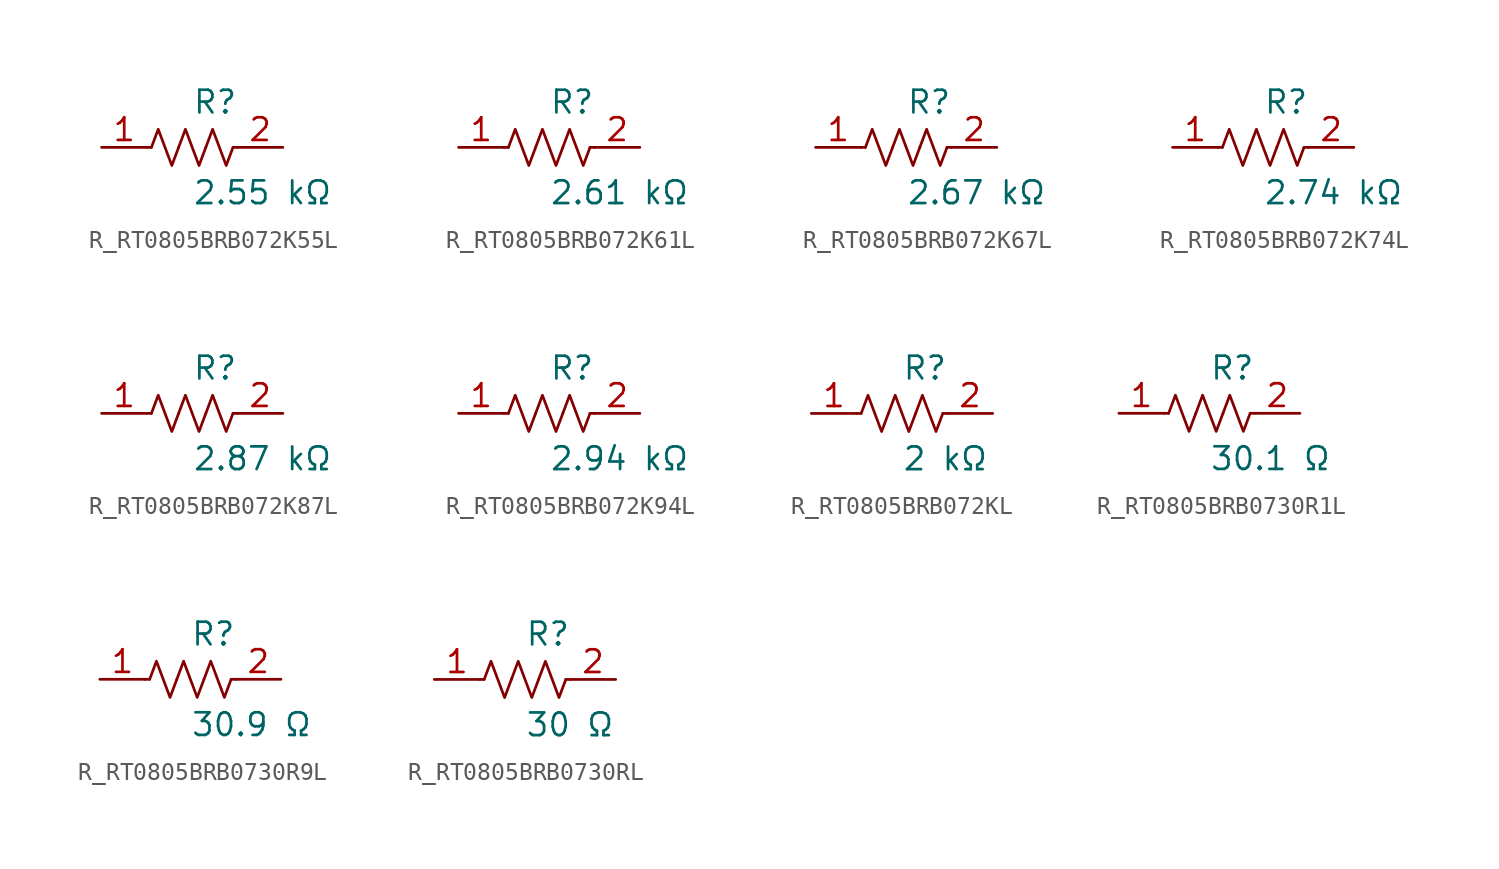
<source format=kicad_sym>
(kicad_symbol_lib
  (version 20231120)
  (generator kicad_symbol_editor)
  (generator_version 8.0)
  (symbol "R_RT0805BRB072K55L"
    (pin_names
      (offset 0.254))
    (property "Reference" "R"
      (at 0.0 2.54 0)
      (effects (font (size 1.27 1.27)) (justify left)))
    (property "Value" "2.55 kΩ"
      (at 0.0 -2.54 0)
      (effects (font (size 1.27 1.27)) (justify left)))
    (symbol "R_RT0805BRB072K55L_0_1"
      (polyline (pts (xy 2.286 0) (xy 2.54 0)) (stroke (width 0) (type default)) (fill (type none)))
      (polyline (pts (xy -2.286 0) (xy -2.54 0)) (stroke (width 0) (type default)) (fill (type none)))
      (polyline (pts (xy 0.762 0) (xy 1.143 1.016) (xy 1.524 0) (xy 1.905 -1.016) (xy 2.286 0)) (stroke (width 0) (type default)) (fill (type none)))
      (polyline (pts (xy -0.762 0) (xy -0.381 1.016) (xy 0 0) (xy 0.381 -1.016) (xy 0.762 0)) (stroke (width 0) (type default)) (fill (type none)))
      (polyline (pts (xy -2.286 0) (xy -1.905 1.016) (xy -1.524 0) (xy -1.143 -1.016) (xy -0.762 0)) (stroke (width 0) (type default)) (fill (type none))))
    (pin unspecified line
      (at -5.08 0 0)
      (length 2.54)
      (name "" (effects (font (size 1.27 1.27))))
      (number "1" (effects (font (size 1.27 1.27)))))
    (pin unspecified line
      (at 5.08 0 180)
      (length 2.54)
      (name "" (effects (font (size 1.27 1.27))))
      (number "2" (effects (font (size 1.27 1.27))))))
  (symbol "R_RT0805BRB072K61L"
    (pin_names
      (offset 0.254))
    (property "Reference" "R"
      (at 0.0 2.54 0)
      (effects (font (size 1.27 1.27)) (justify left)))
    (property "Value" "2.61 kΩ"
      (at 0.0 -2.54 0)
      (effects (font (size 1.27 1.27)) (justify left)))
    (symbol "R_RT0805BRB072K61L_0_1"
      (polyline (pts (xy 2.286 0) (xy 2.54 0)) (stroke (width 0) (type default)) (fill (type none)))
      (polyline (pts (xy -2.286 0) (xy -2.54 0)) (stroke (width 0) (type default)) (fill (type none)))
      (polyline (pts (xy 0.762 0) (xy 1.143 1.016) (xy 1.524 0) (xy 1.905 -1.016) (xy 2.286 0)) (stroke (width 0) (type default)) (fill (type none)))
      (polyline (pts (xy -0.762 0) (xy -0.381 1.016) (xy 0 0) (xy 0.381 -1.016) (xy 0.762 0)) (stroke (width 0) (type default)) (fill (type none)))
      (polyline (pts (xy -2.286 0) (xy -1.905 1.016) (xy -1.524 0) (xy -1.143 -1.016) (xy -0.762 0)) (stroke (width 0) (type default)) (fill (type none))))
    (pin unspecified line
      (at -5.08 0 0)
      (length 2.54)
      (name "" (effects (font (size 1.27 1.27))))
      (number "1" (effects (font (size 1.27 1.27)))))
    (pin unspecified line
      (at 5.08 0 180)
      (length 2.54)
      (name "" (effects (font (size 1.27 1.27))))
      (number "2" (effects (font (size 1.27 1.27))))))
  (symbol "R_RT0805BRB072K67L"
    (pin_names
      (offset 0.254))
    (property "Reference" "R"
      (at 0.0 2.54 0)
      (effects (font (size 1.27 1.27)) (justify left)))
    (property "Value" "2.67 kΩ"
      (at 0.0 -2.54 0)
      (effects (font (size 1.27 1.27)) (justify left)))
    (symbol "R_RT0805BRB072K67L_0_1"
      (polyline (pts (xy 2.286 0) (xy 2.54 0)) (stroke (width 0) (type default)) (fill (type none)))
      (polyline (pts (xy -2.286 0) (xy -2.54 0)) (stroke (width 0) (type default)) (fill (type none)))
      (polyline (pts (xy 0.762 0) (xy 1.143 1.016) (xy 1.524 0) (xy 1.905 -1.016) (xy 2.286 0)) (stroke (width 0) (type default)) (fill (type none)))
      (polyline (pts (xy -0.762 0) (xy -0.381 1.016) (xy 0 0) (xy 0.381 -1.016) (xy 0.762 0)) (stroke (width 0) (type default)) (fill (type none)))
      (polyline (pts (xy -2.286 0) (xy -1.905 1.016) (xy -1.524 0) (xy -1.143 -1.016) (xy -0.762 0)) (stroke (width 0) (type default)) (fill (type none))))
    (pin unspecified line
      (at -5.08 0 0)
      (length 2.54)
      (name "" (effects (font (size 1.27 1.27))))
      (number "1" (effects (font (size 1.27 1.27)))))
    (pin unspecified line
      (at 5.08 0 180)
      (length 2.54)
      (name "" (effects (font (size 1.27 1.27))))
      (number "2" (effects (font (size 1.27 1.27))))))
  (symbol "R_RT0805BRB072K74L"
    (pin_names
      (offset 0.254))
    (property "Reference" "R"
      (at 0.0 2.54 0)
      (effects (font (size 1.27 1.27)) (justify left)))
    (property "Value" "2.74 kΩ"
      (at 0.0 -2.54 0)
      (effects (font (size 1.27 1.27)) (justify left)))
    (symbol "R_RT0805BRB072K74L_0_1"
      (polyline (pts (xy 2.286 0) (xy 2.54 0)) (stroke (width 0) (type default)) (fill (type none)))
      (polyline (pts (xy -2.286 0) (xy -2.54 0)) (stroke (width 0) (type default)) (fill (type none)))
      (polyline (pts (xy 0.762 0) (xy 1.143 1.016) (xy 1.524 0) (xy 1.905 -1.016) (xy 2.286 0)) (stroke (width 0) (type default)) (fill (type none)))
      (polyline (pts (xy -0.762 0) (xy -0.381 1.016) (xy 0 0) (xy 0.381 -1.016) (xy 0.762 0)) (stroke (width 0) (type default)) (fill (type none)))
      (polyline (pts (xy -2.286 0) (xy -1.905 1.016) (xy -1.524 0) (xy -1.143 -1.016) (xy -0.762 0)) (stroke (width 0) (type default)) (fill (type none))))
    (pin unspecified line
      (at -5.08 0 0)
      (length 2.54)
      (name "" (effects (font (size 1.27 1.27))))
      (number "1" (effects (font (size 1.27 1.27)))))
    (pin unspecified line
      (at 5.08 0 180)
      (length 2.54)
      (name "" (effects (font (size 1.27 1.27))))
      (number "2" (effects (font (size 1.27 1.27))))))
  (symbol "R_RT0805BRB072K87L"
    (pin_names
      (offset 0.254))
    (property "Reference" "R"
      (at 0.0 2.54 0)
      (effects (font (size 1.27 1.27)) (justify left)))
    (property "Value" "2.87 kΩ"
      (at 0.0 -2.54 0)
      (effects (font (size 1.27 1.27)) (justify left)))
    (symbol "R_RT0805BRB072K87L_0_1"
      (polyline (pts (xy 2.286 0) (xy 2.54 0)) (stroke (width 0) (type default)) (fill (type none)))
      (polyline (pts (xy -2.286 0) (xy -2.54 0)) (stroke (width 0) (type default)) (fill (type none)))
      (polyline (pts (xy 0.762 0) (xy 1.143 1.016) (xy 1.524 0) (xy 1.905 -1.016) (xy 2.286 0)) (stroke (width 0) (type default)) (fill (type none)))
      (polyline (pts (xy -0.762 0) (xy -0.381 1.016) (xy 0 0) (xy 0.381 -1.016) (xy 0.762 0)) (stroke (width 0) (type default)) (fill (type none)))
      (polyline (pts (xy -2.286 0) (xy -1.905 1.016) (xy -1.524 0) (xy -1.143 -1.016) (xy -0.762 0)) (stroke (width 0) (type default)) (fill (type none))))
    (pin unspecified line
      (at -5.08 0 0)
      (length 2.54)
      (name "" (effects (font (size 1.27 1.27))))
      (number "1" (effects (font (size 1.27 1.27)))))
    (pin unspecified line
      (at 5.08 0 180)
      (length 2.54)
      (name "" (effects (font (size 1.27 1.27))))
      (number "2" (effects (font (size 1.27 1.27))))))
  (symbol "R_RT0805BRB072K94L"
    (pin_names
      (offset 0.254))
    (property "Reference" "R"
      (at 0.0 2.54 0)
      (effects (font (size 1.27 1.27)) (justify left)))
    (property "Value" "2.94 kΩ"
      (at 0.0 -2.54 0)
      (effects (font (size 1.27 1.27)) (justify left)))
    (symbol "R_RT0805BRB072K94L_0_1"
      (polyline (pts (xy 2.286 0) (xy 2.54 0)) (stroke (width 0) (type default)) (fill (type none)))
      (polyline (pts (xy -2.286 0) (xy -2.54 0)) (stroke (width 0) (type default)) (fill (type none)))
      (polyline (pts (xy 0.762 0) (xy 1.143 1.016) (xy 1.524 0) (xy 1.905 -1.016) (xy 2.286 0)) (stroke (width 0) (type default)) (fill (type none)))
      (polyline (pts (xy -0.762 0) (xy -0.381 1.016) (xy 0 0) (xy 0.381 -1.016) (xy 0.762 0)) (stroke (width 0) (type default)) (fill (type none)))
      (polyline (pts (xy -2.286 0) (xy -1.905 1.016) (xy -1.524 0) (xy -1.143 -1.016) (xy -0.762 0)) (stroke (width 0) (type default)) (fill (type none))))
    (pin unspecified line
      (at -5.08 0 0)
      (length 2.54)
      (name "" (effects (font (size 1.27 1.27))))
      (number "1" (effects (font (size 1.27 1.27)))))
    (pin unspecified line
      (at 5.08 0 180)
      (length 2.54)
      (name "" (effects (font (size 1.27 1.27))))
      (number "2" (effects (font (size 1.27 1.27))))))
  (symbol "R_RT0805BRB072KL"
    (pin_names
      (offset 0.254))
    (property "Reference" "R"
      (at 0.0 2.54 0)
      (effects (font (size 1.27 1.27)) (justify left)))
    (property "Value" "2 kΩ"
      (at 0.0 -2.54 0)
      (effects (font (size 1.27 1.27)) (justify left)))
    (symbol "R_RT0805BRB072KL_0_1"
      (polyline (pts (xy 2.286 0) (xy 2.54 0)) (stroke (width 0) (type default)) (fill (type none)))
      (polyline (pts (xy -2.286 0) (xy -2.54 0)) (stroke (width 0) (type default)) (fill (type none)))
      (polyline (pts (xy 0.762 0) (xy 1.143 1.016) (xy 1.524 0) (xy 1.905 -1.016) (xy 2.286 0)) (stroke (width 0) (type default)) (fill (type none)))
      (polyline (pts (xy -0.762 0) (xy -0.381 1.016) (xy 0 0) (xy 0.381 -1.016) (xy 0.762 0)) (stroke (width 0) (type default)) (fill (type none)))
      (polyline (pts (xy -2.286 0) (xy -1.905 1.016) (xy -1.524 0) (xy -1.143 -1.016) (xy -0.762 0)) (stroke (width 0) (type default)) (fill (type none))))
    (pin unspecified line
      (at -5.08 0 0)
      (length 2.54)
      (name "" (effects (font (size 1.27 1.27))))
      (number "1" (effects (font (size 1.27 1.27)))))
    (pin unspecified line
      (at 5.08 0 180)
      (length 2.54)
      (name "" (effects (font (size 1.27 1.27))))
      (number "2" (effects (font (size 1.27 1.27))))))
  (symbol "R_RT0805BRB0730R1L"
    (pin_names
      (offset 0.254))
    (property "Reference" "R"
      (at 0.0 2.54 0)
      (effects (font (size 1.27 1.27)) (justify left)))
    (property "Value" "30.1 Ω"
      (at 0.0 -2.54 0)
      (effects (font (size 1.27 1.27)) (justify left)))
    (symbol "R_RT0805BRB0730R1L_0_1"
      (polyline (pts (xy 2.286 0) (xy 2.54 0)) (stroke (width 0) (type default)) (fill (type none)))
      (polyline (pts (xy -2.286 0) (xy -2.54 0)) (stroke (width 0) (type default)) (fill (type none)))
      (polyline (pts (xy 0.762 0) (xy 1.143 1.016) (xy 1.524 0) (xy 1.905 -1.016) (xy 2.286 0)) (stroke (width 0) (type default)) (fill (type none)))
      (polyline (pts (xy -0.762 0) (xy -0.381 1.016) (xy 0 0) (xy 0.381 -1.016) (xy 0.762 0)) (stroke (width 0) (type default)) (fill (type none)))
      (polyline (pts (xy -2.286 0) (xy -1.905 1.016) (xy -1.524 0) (xy -1.143 -1.016) (xy -0.762 0)) (stroke (width 0) (type default)) (fill (type none))))
    (pin unspecified line
      (at -5.08 0 0)
      (length 2.54)
      (name "" (effects (font (size 1.27 1.27))))
      (number "1" (effects (font (size 1.27 1.27)))))
    (pin unspecified line
      (at 5.08 0 180)
      (length 2.54)
      (name "" (effects (font (size 1.27 1.27))))
      (number "2" (effects (font (size 1.27 1.27))))))
  (symbol "R_RT0805BRB0730R9L"
    (pin_names
      (offset 0.254))
    (property "Reference" "R"
      (at 0.0 2.54 0)
      (effects (font (size 1.27 1.27)) (justify left)))
    (property "Value" "30.9 Ω"
      (at 0.0 -2.54 0)
      (effects (font (size 1.27 1.27)) (justify left)))
    (symbol "R_RT0805BRB0730R9L_0_1"
      (polyline (pts (xy 2.286 0) (xy 2.54 0)) (stroke (width 0) (type default)) (fill (type none)))
      (polyline (pts (xy -2.286 0) (xy -2.54 0)) (stroke (width 0) (type default)) (fill (type none)))
      (polyline (pts (xy 0.762 0) (xy 1.143 1.016) (xy 1.524 0) (xy 1.905 -1.016) (xy 2.286 0)) (stroke (width 0) (type default)) (fill (type none)))
      (polyline (pts (xy -0.762 0) (xy -0.381 1.016) (xy 0 0) (xy 0.381 -1.016) (xy 0.762 0)) (stroke (width 0) (type default)) (fill (type none)))
      (polyline (pts (xy -2.286 0) (xy -1.905 1.016) (xy -1.524 0) (xy -1.143 -1.016) (xy -0.762 0)) (stroke (width 0) (type default)) (fill (type none))))
    (pin unspecified line
      (at -5.08 0 0)
      (length 2.54)
      (name "" (effects (font (size 1.27 1.27))))
      (number "1" (effects (font (size 1.27 1.27)))))
    (pin unspecified line
      (at 5.08 0 180)
      (length 2.54)
      (name "" (effects (font (size 1.27 1.27))))
      (number "2" (effects (font (size 1.27 1.27))))))
  (symbol "R_RT0805BRB0730RL"
    (pin_names
      (offset 0.254))
    (property "Reference" "R"
      (at 0.0 2.54 0)
      (effects (font (size 1.27 1.27)) (justify left)))
    (property "Value" "30 Ω"
      (at 0.0 -2.54 0)
      (effects (font (size 1.27 1.27)) (justify left)))
    (symbol "R_RT0805BRB0730RL_0_1"
      (polyline (pts (xy 2.286 0) (xy 2.54 0)) (stroke (width 0) (type default)) (fill (type none)))
      (polyline (pts (xy -2.286 0) (xy -2.54 0)) (stroke (width 0) (type default)) (fill (type none)))
      (polyline (pts (xy 0.762 0) (xy 1.143 1.016) (xy 1.524 0) (xy 1.905 -1.016) (xy 2.286 0)) (stroke (width 0) (type default)) (fill (type none)))
      (polyline (pts (xy -0.762 0) (xy -0.381 1.016) (xy 0 0) (xy 0.381 -1.016) (xy 0.762 0)) (stroke (width 0) (type default)) (fill (type none)))
      (polyline (pts (xy -2.286 0) (xy -1.905 1.016) (xy -1.524 0) (xy -1.143 -1.016) (xy -0.762 0)) (stroke (width 0) (type default)) (fill (type none))))
    (pin unspecified line
      (at -5.08 0 0)
      (length 2.54)
      (name "" (effects (font (size 1.27 1.27))))
      (number "1" (effects (font (size 1.27 1.27)))))
    (pin unspecified line
      (at 5.08 0 180)
      (length 2.54)
      (name "" (effects (font (size 1.27 1.27))))
      (number "2" (effects (font (size 1.27 1.27)))))))
</source>
